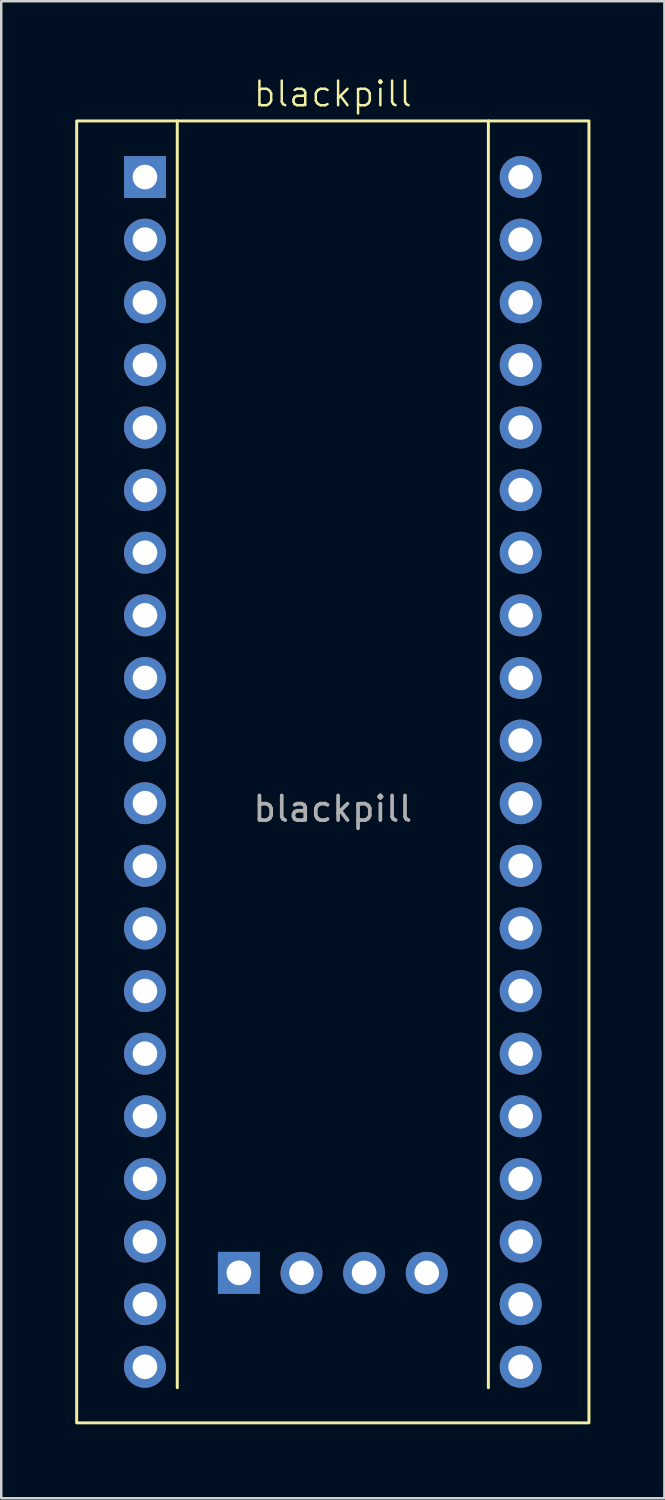
<source format=kicad_pcb>
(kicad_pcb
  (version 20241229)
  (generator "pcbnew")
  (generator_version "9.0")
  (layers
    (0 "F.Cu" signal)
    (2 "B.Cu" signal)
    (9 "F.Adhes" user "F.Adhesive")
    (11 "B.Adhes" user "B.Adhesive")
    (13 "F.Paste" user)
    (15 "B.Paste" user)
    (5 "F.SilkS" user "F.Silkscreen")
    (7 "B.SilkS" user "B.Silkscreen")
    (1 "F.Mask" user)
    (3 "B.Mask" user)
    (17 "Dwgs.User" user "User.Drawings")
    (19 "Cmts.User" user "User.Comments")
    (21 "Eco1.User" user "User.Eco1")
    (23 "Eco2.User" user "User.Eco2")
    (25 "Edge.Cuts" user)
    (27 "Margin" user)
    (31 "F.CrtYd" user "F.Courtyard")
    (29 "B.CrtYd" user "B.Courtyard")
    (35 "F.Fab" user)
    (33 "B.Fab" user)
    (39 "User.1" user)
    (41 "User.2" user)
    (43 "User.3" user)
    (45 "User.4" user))
  (footprint "blackpill"
    (layer "F.Cu")
    (at 10.45 28.261)
    (property "Reference" "blackpill" (at 0 -27.5 0) (unlocked yes) (layer "F.SilkS") (effects (font (size 1 1) (thickness 0.1))))
    (attr through_hole)
    (fp_line (start -6.31 24.98) (end -6.31 -26.405) (stroke (width 0.12) (type solid)) (layer "F.SilkS"))
    (fp_line (start 6.31 24.98) (end 6.31 -26.405) (stroke (width 0.12) (type solid)) (layer "F.SilkS"))
    (fp_rect (start -10.39 -26.405) (end 10.39 26.405) (stroke (width 0.12) (type default)) (fill no) (layer "F.SilkS"))
    (fp_text user "${REFERENCE}" (at 0 1.5 0) (unlocked yes) (layer "F.Fab") (effects (font (size 1 1) (thickness 0.15))))
    (pad "1" thru_hole rect (at -7.62 -24.13) (size 1.7 1.7) (drill 1) (layers "*.Cu" "*.Mask"))
    (pad "2" thru_hole circle (at -7.62 -21.59) (size 1.7 1.7) (drill 1) (layers "*.Cu" "*.Mask"))
    (pad "3" thru_hole circle (at -7.62 -19.05) (size 1.7 1.7) (drill 1) (layers "*.Cu" "*.Mask"))
    (pad "4" thru_hole circle (at -7.62 -16.51) (size 1.7 1.7) (drill 1) (layers "*.Cu" "*.Mask"))
    (pad "5" thru_hole circle (at -7.62 -13.97) (size 1.7 1.7) (drill 1) (layers "*.Cu" "*.Mask"))
    (pad "6" thru_hole circle (at -7.62 -11.43) (size 1.7 1.7) (drill 1) (layers "*.Cu" "*.Mask"))
    (pad "7" thru_hole circle (at -7.62 -8.89) (size 1.7 1.7) (drill 1) (layers "*.Cu" "*.Mask"))
    (pad "8" thru_hole circle (at -7.62 -6.35) (size 1.7 1.7) (drill 1) (layers "*.Cu" "*.Mask"))
    (pad "9" thru_hole circle (at -7.62 -3.81) (size 1.7 1.7) (drill 1) (layers "*.Cu" "*.Mask"))
    (pad "10" thru_hole circle (at -7.62 -1.27) (size 1.7 1.7) (drill 1) (layers "*.Cu" "*.Mask"))
    (pad "11" thru_hole circle (at -7.62 1.27) (size 1.7 1.7) (drill 1) (layers "*.Cu" "*.Mask"))
    (pad "12" thru_hole circle (at -7.62 3.81) (size 1.7 1.7) (drill 1) (layers "*.Cu" "*.Mask"))
    (pad "13" thru_hole circle (at -7.62 6.35) (size 1.7 1.7) (drill 1) (layers "*.Cu" "*.Mask"))
    (pad "14" thru_hole circle (at -7.62 8.89) (size 1.7 1.7) (drill 1) (layers "*.Cu" "*.Mask"))
    (pad "15" thru_hole circle (at -7.62 11.43) (size 1.7 1.7) (drill 1) (layers "*.Cu" "*.Mask"))
    (pad "16" thru_hole circle (at -7.62 13.97) (size 1.7 1.7) (drill 1) (layers "*.Cu" "*.Mask"))
    (pad "17" thru_hole circle (at -7.62 16.51) (size 1.7 1.7) (drill 1) (layers "*.Cu" "*.Mask"))
    (pad "18" thru_hole circle (at -7.62 19.05) (size 1.7 1.7) (drill 1) (layers "*.Cu" "*.Mask"))
    (pad "19" thru_hole circle (at -7.62 21.59) (size 1.7 1.7) (drill 1) (layers "*.Cu" "*.Mask"))
    (pad "20" thru_hole circle (at -7.62 24.13) (size 1.7 1.7) (drill 1) (layers "*.Cu" "*.Mask"))
    (pad "21" thru_hole circle (at 7.62 24.13) (size 1.7 1.7) (drill 1) (layers "*.Cu" "*.Mask"))
    (pad "22" thru_hole circle (at 7.62 21.59) (size 1.7 1.7) (drill 1) (layers "*.Cu" "*.Mask"))
    (pad "23" thru_hole circle (at 7.62 19.05) (size 1.7 1.7) (drill 1) (layers "*.Cu" "*.Mask"))
    (pad "24" thru_hole circle (at 7.62 16.51) (size 1.7 1.7) (drill 1) (layers "*.Cu" "*.Mask"))
    (pad "25" thru_hole circle (at 7.62 13.97) (size 1.7 1.7) (drill 1) (layers "*.Cu" "*.Mask"))
    (pad "26" thru_hole circle (at 7.62 11.43) (size 1.7 1.7) (drill 1) (layers "*.Cu" "*.Mask"))
    (pad "27" thru_hole circle (at 7.62 8.89) (size 1.7 1.7) (drill 1) (layers "*.Cu" "*.Mask"))
    (pad "28" thru_hole circle (at 7.62 6.35) (size 1.7 1.7) (drill 1) (layers "*.Cu" "*.Mask"))
    (pad "29" thru_hole circle (at 7.62 3.81) (size 1.7 1.7) (drill 1) (layers "*.Cu" "*.Mask"))
    (pad "30" thru_hole circle (at 7.62 1.27) (size 1.7 1.7) (drill 1) (layers "*.Cu" "*.Mask"))
    (pad "31" thru_hole circle (at 7.62 -1.27) (size 1.7 1.7) (drill 1) (layers "*.Cu" "*.Mask"))
    (pad "32" thru_hole circle (at 7.62 -3.81) (size 1.7 1.7) (drill 1) (layers "*.Cu" "*.Mask"))
    (pad "33" thru_hole circle (at 7.62 -6.35) (size 1.7 1.7) (drill 1) (layers "*.Cu" "*.Mask"))
    (pad "34" thru_hole circle (at 7.62 -8.89) (size 1.7 1.7) (drill 1) (layers "*.Cu" "*.Mask"))
    (pad "35" thru_hole circle (at 7.62 -11.43) (size 1.7 1.7) (drill 1) (layers "*.Cu" "*.Mask"))
    (pad "36" thru_hole circle (at 7.62 -13.97) (size 1.7 1.7) (drill 1) (layers "*.Cu" "*.Mask"))
    (pad "37" thru_hole circle (at 7.62 -16.51) (size 1.7 1.7) (drill 1) (layers "*.Cu" "*.Mask"))
    (pad "38" thru_hole circle (at 7.62 -19.05) (size 1.7 1.7) (drill 1) (layers "*.Cu" "*.Mask"))
    (pad "39" thru_hole circle (at 7.62 -21.59) (size 1.7 1.7) (drill 1) (layers "*.Cu" "*.Mask"))
    (pad "40" thru_hole circle (at 7.62 -24.13) (size 1.7 1.7) (drill 1) (layers "*.Cu" "*.Mask"))
    (pad "41" thru_hole circle (at 3.81 20.32) (size 1.7 1.7) (drill 1) (layers "*.Cu" "*.Mask"))
    (pad "42" thru_hole circle (at 1.27 20.32) (size 1.7 1.7) (drill 1) (layers "*.Cu" "*.Mask"))
    (pad "43" thru_hole circle (at -1.27 20.32) (size 1.7 1.7) (drill 1) (layers "*.Cu" "*.Mask"))
    (pad "44" thru_hole rect (at -3.81 20.32) (size 1.7 1.7) (drill 1) (layers "*.Cu" "*.Mask")))
  (gr_rect
    (start -3 -3)
    (end 23.9 57.725)
    (stroke (width 0.1) (type default))
    (fill no)
    (layer "Edge.Cuts")))
</source>
